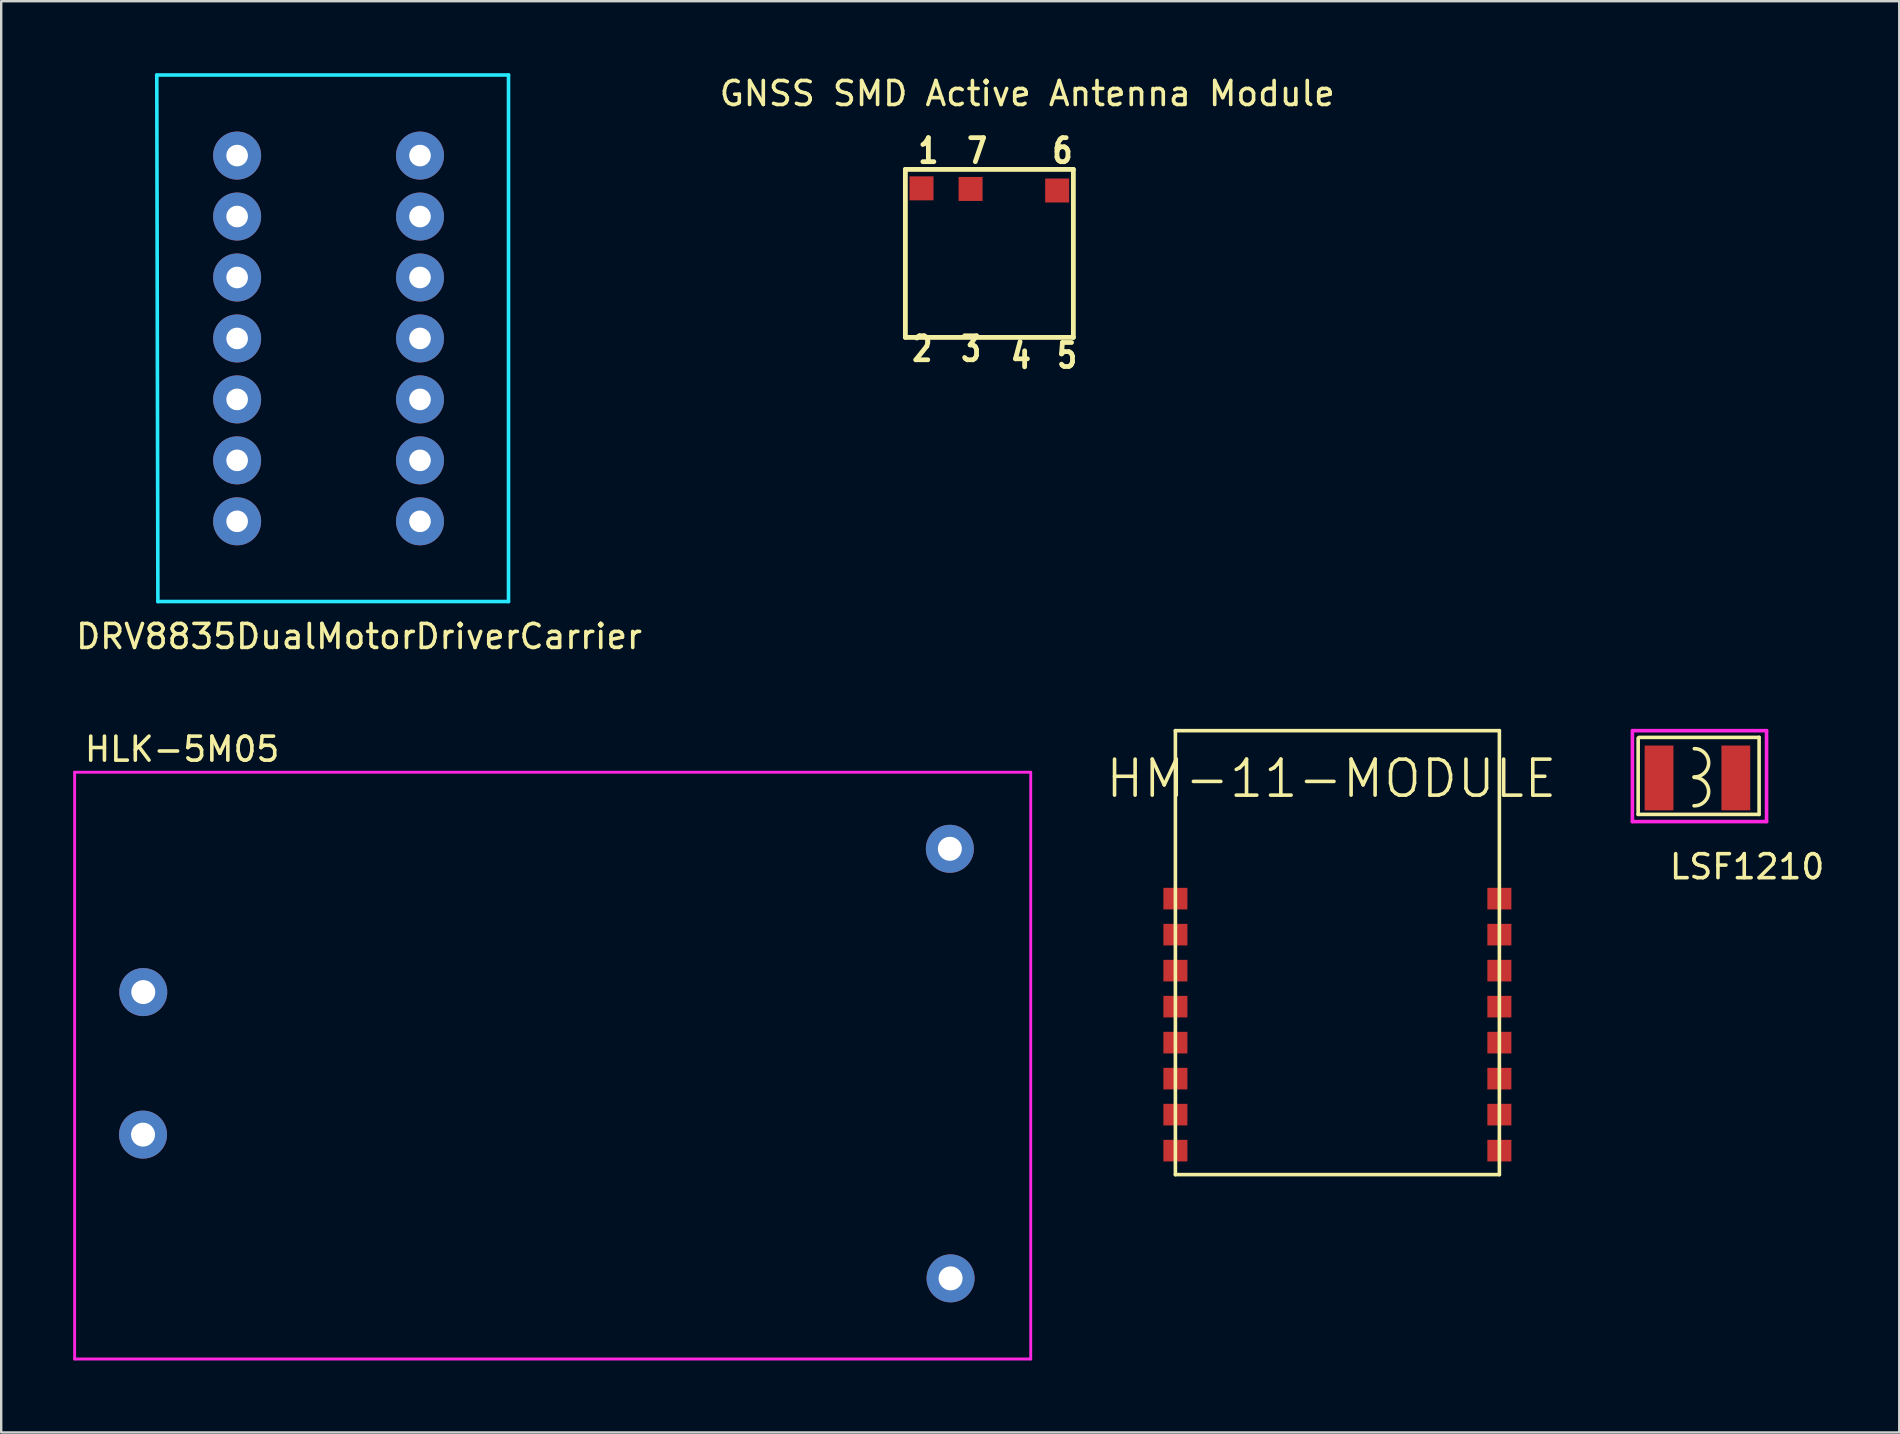
<source format=kicad_pcb>
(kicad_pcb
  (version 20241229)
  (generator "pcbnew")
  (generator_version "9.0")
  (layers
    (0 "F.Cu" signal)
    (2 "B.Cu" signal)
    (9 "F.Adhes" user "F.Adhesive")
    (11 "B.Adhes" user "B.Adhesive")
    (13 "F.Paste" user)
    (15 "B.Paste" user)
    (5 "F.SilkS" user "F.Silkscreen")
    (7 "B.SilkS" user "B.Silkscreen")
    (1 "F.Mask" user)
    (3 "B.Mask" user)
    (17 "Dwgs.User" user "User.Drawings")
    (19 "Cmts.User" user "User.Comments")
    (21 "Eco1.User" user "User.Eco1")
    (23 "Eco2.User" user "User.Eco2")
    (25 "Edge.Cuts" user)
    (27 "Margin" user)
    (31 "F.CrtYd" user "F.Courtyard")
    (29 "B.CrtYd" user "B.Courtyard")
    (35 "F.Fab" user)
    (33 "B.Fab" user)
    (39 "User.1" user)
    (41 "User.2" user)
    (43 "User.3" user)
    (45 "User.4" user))
  (footprint "DRV8835DualMotorDriverCarrier"
    (layer "F.Cu")
    (at 11.911 18.673)
    (property "Reference" "DRV8835DualMotorDriverCarrier" (at 0 4.8 0) (layer "F.SilkS") (effects (font (size 1 1) (thickness 0.15))))
    (attr through_hole)
    (fp_line (start -7.62 -17.78) (end -7.62 2.54) (stroke (width 0.15) (type solid)) (layer "B.Paste"))
    (fp_line (start -7.62 2.54) (end 5.08 2.54) (stroke (width 0.15) (type solid)) (layer "B.Paste"))
    (fp_line (start 5.08 -17.78) (end -7.62 -17.78) (stroke (width 0.15) (type solid)) (layer "B.Paste"))
    (fp_line (start 5.08 2.54) (end 5.08 -17.78) (stroke (width 0.15) (type solid)) (layer "B.Paste"))
    (fp_line (start -8.433 -18.598) (end 6.228 -18.598) (stroke (width 0.15) (type solid)) (layer "B.CrtYd"))
    (fp_line (start -8.382 3.343) (end -8.428 -18.588) (stroke (width 0.15) (type solid)) (layer "B.CrtYd"))
    (fp_line (start 6.228 -18.598) (end 6.228 3.343) (stroke (width 0.15) (type solid)) (layer "B.CrtYd"))
    (fp_line (start 6.228 3.343) (end -8.382 3.343) (stroke (width 0.15) (type solid)) (layer "B.CrtYd"))
    (pad "1" thru_hole circle (at -5.08 -15.24) (size 2 2) (drill 0.9) (layers "*.Cu" "*.Mask"))
    (pad "2" thru_hole circle (at -5.08 -12.7) (size 2 2) (drill 0.9) (layers "*.Cu" "*.Mask"))
    (pad "3" thru_hole circle (at -5.08 -10.16) (size 2 2) (drill 0.9) (layers "*.Cu" "*.Mask"))
    (pad "4" thru_hole circle (at -5.08 -7.62) (size 2 2) (drill 0.9) (layers "*.Cu" "*.Mask"))
    (pad "5" thru_hole circle (at -5.08 -5.08) (size 2 2) (drill 0.9) (layers "*.Cu" "*.Mask"))
    (pad "6" thru_hole circle (at -5.08 -2.54) (size 2 2) (drill 0.9) (layers "*.Cu" "*.Mask"))
    (pad "7" thru_hole circle (at -5.08 0) (size 2 2) (drill 0.9) (layers "*.Cu" "*.Mask"))
    (pad "8" thru_hole circle (at 2.54 0) (size 2 2) (drill 0.9) (layers "*.Cu" "*.Mask"))
    (pad "9" thru_hole circle (at 2.54 -2.54) (size 2 2) (drill 0.9) (layers "*.Cu" "*.Mask"))
    (pad "10" thru_hole circle (at 2.54 -5.08) (size 2 2) (drill 0.9) (layers "*.Cu" "*.Mask"))
    (pad "11" thru_hole circle (at 2.54 -7.62) (size 2 2) (drill 0.9) (layers "*.Cu" "*.Mask"))
    (pad "12" thru_hole circle (at 2.54 -10.16) (size 2 2) (drill 0.9) (layers "*.Cu" "*.Mask"))
    (pad "13" thru_hole circle (at 2.54 -12.7) (size 2 2) (drill 0.9) (layers "*.Cu" "*.Mask"))
    (pad "14" thru_hole circle (at 2.54 -15.24) (size 2 2) (drill 0.9) (layers "*.Cu" "*.Mask")))
  (footprint "HLK-5M05"
    (layer "F.Cu")
    (at 19.41 41.659)
    (property "Reference" "HLK-5M05" (at -14.87 -13.49 0) (layer "F.SilkS") (effects (font (size 1 1) (thickness 0.15))))
    (attr through_hole)
    (fp_line (start -18.71 -11.89) (end 19.29 -11.89) (stroke (width 0.002) (type solid)) (layer "Dwgs.User"))
    (fp_line (start -18.71 11.11) (end -18.71 -11.89) (stroke (width 0.002) (type solid)) (layer "Dwgs.User"))
    (fp_line (start 19.29 -11.89) (end 19.29 11.11) (stroke (width 0.002) (type solid)) (layer "Dwgs.User"))
    (fp_line (start 19.29 11.11) (end -18.71 11.11) (stroke (width 0.002) (type solid)) (layer "Dwgs.User"))
    (fp_circle (center -16.51 -3.39) (end -16.11 -3.39) (stroke (width 0.002) (type solid)) (fill no) (layer "Dwgs.User"))
    (fp_circle (center -16.51 2.61) (end -16.11 2.61) (stroke (width 0.002) (type solid)) (fill no) (layer "Dwgs.User"))
    (fp_circle (center 17.09 -9.39) (end 17.49 -9.39) (stroke (width 0.002) (type solid)) (fill no) (layer "Dwgs.User"))
    (fp_circle (center 17.09 8.61) (end 17.49 8.61) (stroke (width 0.002) (type solid)) (fill no) (layer "Dwgs.User"))
    (fp_line (start -19.35 -12.53) (end 20.49 -12.53) (stroke (width 0.12) (type solid)) (layer "F.CrtYd"))
    (fp_line (start -19.35 11.92) (end -19.35 -12.53) (stroke (width 0.12) (type solid)) (layer "F.CrtYd"))
    (fp_line (start 20.49 -12.53) (end 20.49 11.92) (stroke (width 0.12) (type solid)) (layer "F.CrtYd"))
    (fp_line (start 20.49 11.92) (end -19.35 11.92) (stroke (width 0.12) (type solid)) (layer "F.CrtYd"))
    (pad "1" thru_hole circle (at -16.49 -3.37) (size 2 2) (drill 1) (layers "*.Cu" "*.Mask"))
    (pad "2" thru_hole circle (at -16.5 2.57) (size 2 2) (drill 1) (layers "*.Cu" "*.Mask"))
    (pad "3" thru_hole circle (at 17.12 -9.34) (size 2 2) (drill 1) (layers "*.Cu" "*.Mask"))
    (pad "4" thru_hole circle (at 17.15 8.56) (size 2 2) (drill 1) (layers "*.Cu" "*.Mask")))
  (footprint "HM-11-MODULE"
    (layer "F.Cu")
    (at 52.678 37.146)
    (property "Reference" "HM-11-MODULE" (at -0.25 -7.75 0) (layer "F.SilkS") (effects (font (size 1.5 1.5) (thickness 0.15))))
    (attr through_hole)
    (fp_line (start -6.75 -9.75) (end 6.75 -9.75) (stroke (width 0.15) (type solid)) (layer "F.SilkS"))
    (fp_line (start -6.75 8.75) (end -6.75 -9.75) (stroke (width 0.15) (type solid)) (layer "F.SilkS"))
    (fp_line (start 6.75 -9.75) (end 6.75 8.75) (stroke (width 0.15) (type solid)) (layer "F.SilkS"))
    (fp_line (start 6.75 8.75) (end -6.75 8.75) (stroke (width 0.15) (type solid)) (layer "F.SilkS"))
    (pad "1" smd rect (at -6.75 -2.75) (size 1 0.9) (layers "F.Cu" "F.Mask" "F.Paste"))
    (pad "2" smd rect (at -6.75 -1.25) (size 1 0.9) (layers "F.Cu" "F.Mask" "F.Paste"))
    (pad "3" smd rect (at -6.75 0.25) (size 1 0.9) (layers "F.Cu" "F.Mask" "F.Paste"))
    (pad "4" smd rect (at -6.75 1.75) (size 1 0.9) (layers "F.Cu" "F.Mask" "F.Paste"))
    (pad "5" smd rect (at -6.75 3.25) (size 1 0.9) (layers "F.Cu" "F.Mask" "F.Paste"))
    (pad "6" smd rect (at -6.75 4.75) (size 1 0.9) (layers "F.Cu" "F.Mask" "F.Paste"))
    (pad "7" smd rect (at -6.75 6.25) (size 1 0.9) (layers "F.Cu" "F.Mask" "F.Paste"))
    (pad "8" smd rect (at -6.75 7.75) (size 1 0.9) (layers "F.Cu" "F.Mask" "F.Paste"))
    (pad "9" smd rect (at 6.75 7.75) (size 1 0.9) (layers "F.Cu" "F.Mask" "F.Paste"))
    (pad "10" smd rect (at 6.75 6.25) (size 1 0.9) (layers "F.Cu" "F.Mask" "F.Paste"))
    (pad "11" smd rect (at 6.75 4.75) (size 1 0.9) (layers "F.Cu" "F.Mask" "F.Paste"))
    (pad "12" smd rect (at 6.75 3.25) (size 1 0.9) (layers "F.Cu" "F.Mask" "F.Paste"))
    (pad "13" smd rect (at 6.75 1.75) (size 1 0.9) (layers "F.Cu" "F.Mask" "F.Paste"))
    (pad "14" smd rect (at 6.75 0.25) (size 1 0.9) (layers "F.Cu" "F.Mask" "F.Paste"))
    (pad "15" smd rect (at 6.75 -1.25) (size 1 0.9) (layers "F.Cu" "F.Mask" "F.Paste"))
    (pad "16" smd rect (at 6.75 -2.75) (size 1 0.9) (layers "F.Cu" "F.Mask" "F.Paste")))
  (footprint "LSF1210"
    (layer "F.Cu")
    (at 67.691 29.376)
    (property "Reference" "LSF1210" (at 2.06 3.69 0) (layer "F.SilkS") (effects (font (size 1 1) (thickness 0.15))))
    (attr through_hole)
    (fp_line (start -2.48 1.51) (end -2.48 -1.67) (stroke (width 0.15) (type solid)) (layer "F.SilkS"))
    (fp_line (start -2.44 -1.7) (end 2.56 -1.7) (stroke (width 0.15) (type solid)) (layer "F.SilkS"))
    (fp_line (start 2.56 -1.7) (end 2.56 1.51) (stroke (width 0.15) (type solid)) (layer "F.SilkS"))
    (fp_line (start 2.56 1.51) (end -2.48 1.51) (stroke (width 0.15) (type solid)) (layer "F.SilkS"))
    (fp_arc (start -0.14 -0.03) (mid 0.459836 0.565502) (end -0.150478 1.15026) (stroke (width 0.15) (type solid)) (layer "F.SilkS"))
    (fp_arc (start -0.139521 -1.230261) (mid 0.460315 -0.634759) (end -0.149999 -0.050001) (stroke (width 0.15) (type solid)) (layer "F.SilkS"))
    (fp_line (start -2.72 1.81) (end -2.72 -1.98) (stroke (width 0.15) (type solid)) (layer "F.CrtYd"))
    (fp_line (start -2.71 -1.98) (end 2.87 -1.98) (stroke (width 0.15) (type solid)) (layer "F.CrtYd"))
    (fp_line (start 2.87 -1.98) (end 2.87 1.81) (stroke (width 0.15) (type solid)) (layer "F.CrtYd"))
    (fp_line (start 2.87 1.81) (end -2.72 1.81) (stroke (width 0.15) (type solid)) (layer "F.CrtYd"))
    (pad "1" smd rect (at -1.61 -0.01) (size 1.2 2.7) (layers "F.Cu" "F.Mask" "F.Paste"))
    (pad "2" smd rect (at 1.59 -0.01) (size 1.2 2.7) (layers "F.Cu" "F.Mask" "F.Paste")))
  (footprint "GNSS SMD Active Antenna Module"
    (layer "F.Cu")
    (at 38.486 7.198)
    (property "Reference" "GNSS SMD Active Antenna Module" (at 1.27 -6.35 0) (layer "F.SilkS") (effects (font (size 1 1) (thickness 0.15))))
    (attr through_hole)
    (fp_line (start -3.81 -3.19) (end 3.19 -3.19) (stroke (width 0.2) (type solid)) (layer "F.SilkS"))
    (fp_line (start -3.81 3.81) (end -3.81 -3.19) (stroke (width 0.2) (type solid)) (layer "F.SilkS"))
    (fp_line (start -3.81 3.81) (end 3.19 3.81) (stroke (width 0.2) (type solid)) (layer "F.SilkS"))
    (fp_line (start 3.19 3.81) (end 3.19 -3.19) (stroke (width 0.2) (type solid)) (layer "F.SilkS"))
    (fp_text user "3" (at -1.586 4.876 0) (layer "F.SilkS") (effects (font (size 1 0.8) (thickness 0.2)) (justify left bottom)))
    (fp_text user "5" (at 2.413 5.156 0) (layer "F.SilkS") (effects (font (size 1 0.8) (thickness 0.2)) (justify left bottom)))
    (fp_text user "1" (at -3.364 -3.379 0) (layer "F.SilkS") (effects (font (size 1 0.8) (thickness 0.2)) (justify left bottom)))
    (fp_text user "2" (at -3.618 4.876 0) (layer "F.SilkS") (effects (font (size 1 0.8) (thickness 0.2)) (justify left bottom)))
    (fp_text user "7" (at -1.332 -3.379 0) (layer "F.SilkS") (effects (font (size 1 0.8) (thickness 0.2)) (justify left bottom)))
    (fp_text user "6" (at 2.224 -3.379 0) (layer "F.SilkS") (effects (font (size 1 0.8) (thickness 0.2)) (justify left bottom)))
    (fp_text user "4" (at 0.495 5.169 0) (layer "F.SilkS") (effects (font (size 1 0.8) (thickness 0.2)) (justify left bottom)))
    (pad "1" smd rect (at -3.137 -2.4) (size 1 1) (layers "F.Cu" "F.Mask" "F.Paste"))
    (pad "2" smd rect (at -1.092 -2.375) (size 1 1) (layers "F.Cu" "F.Mask" "F.Paste"))
    (pad "3" smd rect (at 2.515 -2.311) (size 1 1) (layers "F.Cu" "F.Mask" "F.Paste")))
  (gr_rect
    (start -3 -3)
    (end 76.09 56.639)
    (stroke (width 0.1) (type default))
    (fill no)
    (layer "Edge.Cuts")))
</source>
